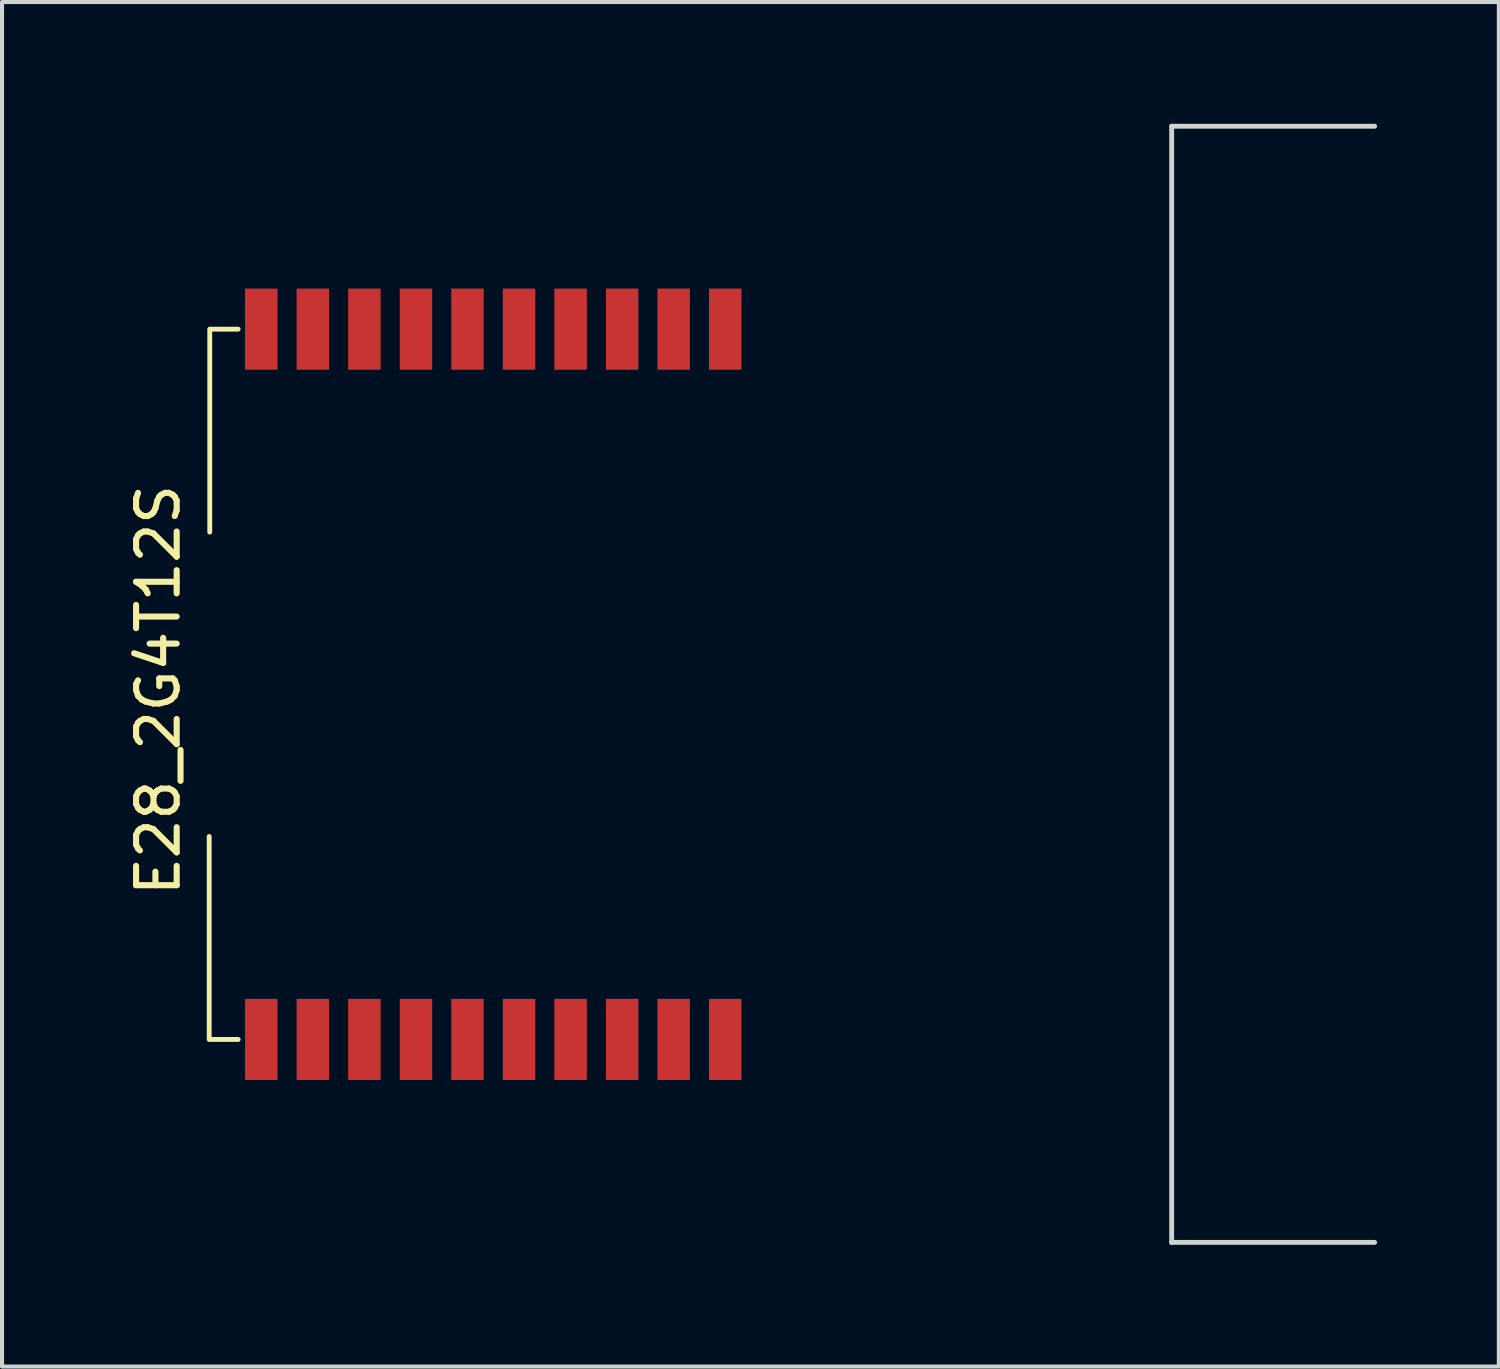
<source format=kicad_pcb>
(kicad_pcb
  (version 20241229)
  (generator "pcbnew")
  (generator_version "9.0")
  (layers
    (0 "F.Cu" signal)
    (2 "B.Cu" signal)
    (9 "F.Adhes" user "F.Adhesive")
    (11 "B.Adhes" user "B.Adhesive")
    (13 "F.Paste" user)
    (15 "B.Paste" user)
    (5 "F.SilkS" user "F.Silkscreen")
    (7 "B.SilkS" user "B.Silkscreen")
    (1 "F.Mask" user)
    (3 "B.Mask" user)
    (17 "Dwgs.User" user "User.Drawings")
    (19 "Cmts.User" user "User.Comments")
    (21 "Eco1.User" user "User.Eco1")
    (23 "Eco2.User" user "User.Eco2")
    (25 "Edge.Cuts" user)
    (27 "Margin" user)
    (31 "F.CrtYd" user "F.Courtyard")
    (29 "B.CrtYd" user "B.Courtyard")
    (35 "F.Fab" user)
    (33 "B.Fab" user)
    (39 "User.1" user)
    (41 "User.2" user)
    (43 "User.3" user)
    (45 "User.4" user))
  (footprint "E28_2G4T12S"
    (layer "F.Cu")
    (at 14.818 5.06)
    (property "Reference" "E28_2G4T12S" (at -13.97 8.89 270) (layer "F.SilkS") (effects (font (size 1 1) (thickness 0.15))))
    (attr smd)
    (fp_line (start -12.714 17.5) (end -12.714 12.5) (stroke (width 0.12) (type solid)) (layer "F.SilkS"))
    (fp_line (start -12.7 5) (end -12.7 0) (stroke (width 0.12) (type solid)) (layer "F.SilkS"))
    (fp_line (start -12.68 0) (end -12 0) (stroke (width 0.12) (type solid)) (layer "F.SilkS"))
    (fp_line (start -12.68 17.5) (end -12 17.5) (stroke (width 0.12) (type solid)) (layer "F.SilkS"))
    (fp_line (start 11 -5) (end 11 22.5) (stroke (width 0.12) (type solid)) (layer "Edge.Cuts"))
    (fp_line (start 11 22.5) (end 16 22.5) (stroke (width 0.12) (type solid)) (layer "Edge.Cuts"))
    (fp_line (start 16 -5) (end 11 -5) (stroke (width 0.12) (type solid)) (layer "Edge.Cuts"))
    (fp_rect (start -12.68 -1.5) (end 11 19) (stroke (width 0.12) (type solid)) (fill no) (layer "Margin"))
    (pad "1" smd rect (at 0 0) (size 0.8 2) (layers "F.Cu" "F.Mask" "F.Paste"))
    (pad "2" smd rect (at -1.27 0) (size 0.8 2) (layers "F.Cu" "F.Mask" "F.Paste"))
    (pad "3" smd rect (at -2.54 0) (size 0.8 2) (layers "F.Cu" "F.Mask" "F.Paste"))
    (pad "4" smd rect (at -3.81 0) (size 0.8 2) (layers "F.Cu" "F.Mask" "F.Paste"))
    (pad "5" smd rect (at -5.08 0) (size 0.8 2) (layers "F.Cu" "F.Mask" "F.Paste"))
    (pad "6" smd rect (at -6.35 0) (size 0.8 2) (layers "F.Cu" "F.Mask" "F.Paste"))
    (pad "7" smd rect (at -7.62 0) (size 0.8 2) (layers "F.Cu" "F.Mask" "F.Paste"))
    (pad "8" smd rect (at -8.89 0) (size 0.8 2) (layers "F.Cu" "F.Mask" "F.Paste"))
    (pad "9" smd rect (at -10.16 0) (size 0.8 2) (layers "F.Cu" "F.Mask" "F.Paste"))
    (pad "10" smd rect (at -11.43 0) (size 0.8 2) (layers "F.Cu" "F.Mask" "F.Paste"))
    (pad "11" smd rect (at -11.43 17.5) (size 0.8 2) (layers "F.Cu" "F.Mask" "F.Paste"))
    (pad "12" smd rect (at -10.16 17.5) (size 0.8 2) (layers "F.Cu" "F.Mask" "F.Paste"))
    (pad "13" smd rect (at -8.89 17.5) (size 0.8 2) (layers "F.Cu" "F.Mask" "F.Paste"))
    (pad "14" smd rect (at -7.62 17.5) (size 0.8 2) (layers "F.Cu" "F.Mask" "F.Paste"))
    (pad "15" smd rect (at -6.35 17.5) (size 0.8 2) (layers "F.Cu" "F.Mask" "F.Paste"))
    (pad "16" smd rect (at -5.08 17.5) (size 0.8 2) (layers "F.Cu" "F.Mask" "F.Paste"))
    (pad "17" smd rect (at -3.81 17.5) (size 0.8 2) (layers "F.Cu" "F.Mask" "F.Paste"))
    (pad "18" smd rect (at -2.54 17.5) (size 0.8 2) (layers "F.Cu" "F.Mask" "F.Paste"))
    (pad "19" smd rect (at -1.27 17.5) (size 0.8 2) (layers "F.Cu" "F.Mask" "F.Paste"))
    (pad "20" smd rect (at 0 17.5) (size 0.8 2) (layers "F.Cu" "F.Mask" "F.Paste"))
    (zone (net_name "") (layers "F.Cu" "B.Cu") (hatch edge 0.508) (connect_pads) (min_thickness 0.254) (filled_areas_thickness no) (keepout (tracks not_allowed) (vias not_allowed) (pads not_allowed) (copperpour not_allowed) (footprints not_allowed)) (placement (enabled no)) (fill) (polygon (pts (xy 30.818 27.56) (xy 25.818 27.56) (xy 25.818 0.06) (xy 30.818 0.06)))))
  (gr_rect
    (start -3 -3)
    (end 33.878 30.62)
    (stroke (width 0.1) (type default))
    (fill no)
    (layer "Edge.Cuts")))
</source>
